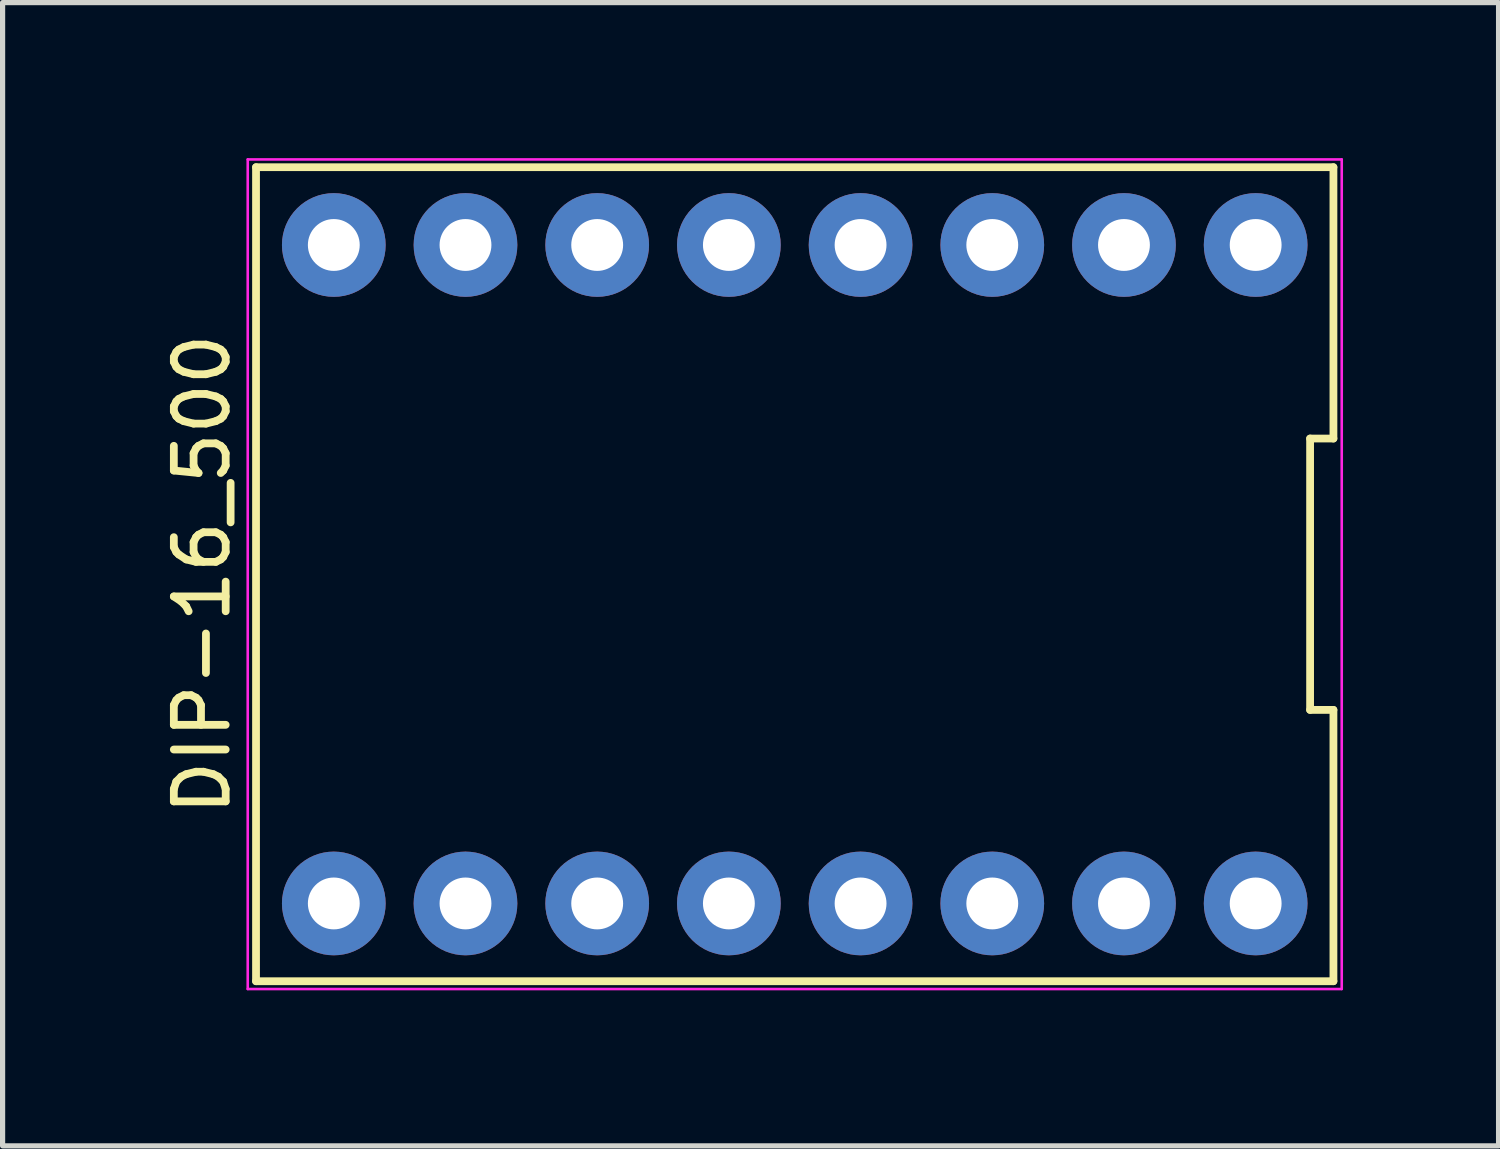
<source format=kicad_pcb>
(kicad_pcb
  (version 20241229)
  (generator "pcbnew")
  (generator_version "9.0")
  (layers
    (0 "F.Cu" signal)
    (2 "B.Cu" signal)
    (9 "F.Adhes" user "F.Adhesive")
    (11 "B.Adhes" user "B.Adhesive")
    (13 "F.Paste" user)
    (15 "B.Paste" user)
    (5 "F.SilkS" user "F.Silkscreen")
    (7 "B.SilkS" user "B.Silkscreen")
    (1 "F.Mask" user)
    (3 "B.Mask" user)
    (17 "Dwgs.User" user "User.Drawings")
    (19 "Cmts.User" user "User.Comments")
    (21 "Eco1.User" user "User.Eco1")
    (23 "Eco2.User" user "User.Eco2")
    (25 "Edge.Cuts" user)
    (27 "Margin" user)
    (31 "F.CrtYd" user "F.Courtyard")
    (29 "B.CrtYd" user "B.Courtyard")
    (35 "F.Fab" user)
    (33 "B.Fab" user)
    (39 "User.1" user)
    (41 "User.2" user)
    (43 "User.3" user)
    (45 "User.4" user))
  (footprint "DIP-16_500"
    (layer "F.Cu")
    (at 12.278 8.025)
    (property "Reference" "DIP-16_500" (at -11.43 0 90) (layer "F.SilkS") (effects (font (size 1 1) (thickness 0.15))))
    (attr through_hole)
    (fp_line (start -10.39 -7.85) (end -10.39 7.85) (stroke (width 0.15) (type solid)) (layer "F.SilkS"))
    (fp_line (start -10.39 7.85) (end 10.39 7.85) (stroke (width 0.15) (type solid)) (layer "F.SilkS"))
    (fp_line (start 9.94 -2.617) (end 10.39 -2.617) (stroke (width 0.15) (type solid)) (layer "F.SilkS"))
    (fp_line (start 9.94 2.617) (end 9.94 -2.617) (stroke (width 0.15) (type solid)) (layer "F.SilkS"))
    (fp_line (start 10.39 -7.85) (end -10.39 -7.85) (stroke (width 0.15) (type solid)) (layer "F.SilkS"))
    (fp_line (start 10.39 -2.617) (end 10.39 -7.85) (stroke (width 0.15) (type solid)) (layer "F.SilkS"))
    (fp_line (start 10.39 2.617) (end 9.94 2.617) (stroke (width 0.15) (type solid)) (layer "F.SilkS"))
    (fp_line (start 10.39 7.85) (end 10.39 2.617) (stroke (width 0.15) (type solid)) (layer "F.SilkS"))
    (fp_line (start -10.55 -8) (end 10.55 -8) (stroke (width 0.05) (type solid)) (layer "F.CrtYd"))
    (fp_line (start -10.55 8) (end -10.55 -8) (stroke (width 0.05) (type solid)) (layer "F.CrtYd"))
    (fp_line (start 10.55 -8) (end 10.55 8) (stroke (width 0.05) (type solid)) (layer "F.CrtYd"))
    (fp_line (start 10.55 8) (end -10.55 8) (stroke (width 0.05) (type solid)) (layer "F.CrtYd"))
    (pad "1" thru_hole circle (at 8.89 -6.35 180) (size 2 2) (drill 1) (layers "*.Cu" "*.Mask"))
    (pad "2" thru_hole circle (at 6.35 -6.35 180) (size 2 2) (drill 1) (layers "*.Cu" "*.Mask"))
    (pad "3" thru_hole circle (at 3.81 -6.35 180) (size 2 2) (drill 1) (layers "*.Cu" "*.Mask"))
    (pad "4" thru_hole circle (at 1.27 -6.35 180) (size 2 2) (drill 1) (layers "*.Cu" "*.Mask"))
    (pad "5" thru_hole circle (at -1.27 -6.35 180) (size 2 2) (drill 1) (layers "*.Cu" "*.Mask"))
    (pad "6" thru_hole circle (at -3.81 -6.35 180) (size 2 2) (drill 1) (layers "*.Cu" "*.Mask"))
    (pad "7" thru_hole circle (at -6.35 -6.35 180) (size 2 2) (drill 1) (layers "*.Cu" "*.Mask"))
    (pad "8" thru_hole circle (at -8.89 -6.35 180) (size 2 2) (drill 1) (layers "*.Cu" "*.Mask"))
    (pad "9" thru_hole circle (at -8.89 6.35 180) (size 2 2) (drill 1) (layers "*.Cu" "*.Mask"))
    (pad "10" thru_hole circle (at -6.35 6.35 180) (size 2 2) (drill 1) (layers "*.Cu" "*.Mask"))
    (pad "11" thru_hole circle (at -3.81 6.35 180) (size 2 2) (drill 1) (layers "*.Cu" "*.Mask"))
    (pad "12" thru_hole circle (at -1.27 6.35 180) (size 2 2) (drill 1) (layers "*.Cu" "*.Mask"))
    (pad "13" thru_hole circle (at 1.27 6.35 180) (size 2 2) (drill 1) (layers "*.Cu" "*.Mask"))
    (pad "14" thru_hole circle (at 3.81 6.35 180) (size 2 2) (drill 1) (layers "*.Cu" "*.Mask"))
    (pad "15" thru_hole circle (at 6.35 6.35 180) (size 2 2) (drill 1) (layers "*.Cu" "*.Mask"))
    (pad "16" thru_hole circle (at 8.89 6.35 180) (size 2 2) (drill 1) (layers "*.Cu" "*.Mask")))
  (gr_rect
    (start -3 -3)
    (end 25.853 19.05)
    (stroke (width 0.1) (type default))
    (fill no)
    (layer "Edge.Cuts")))
</source>
